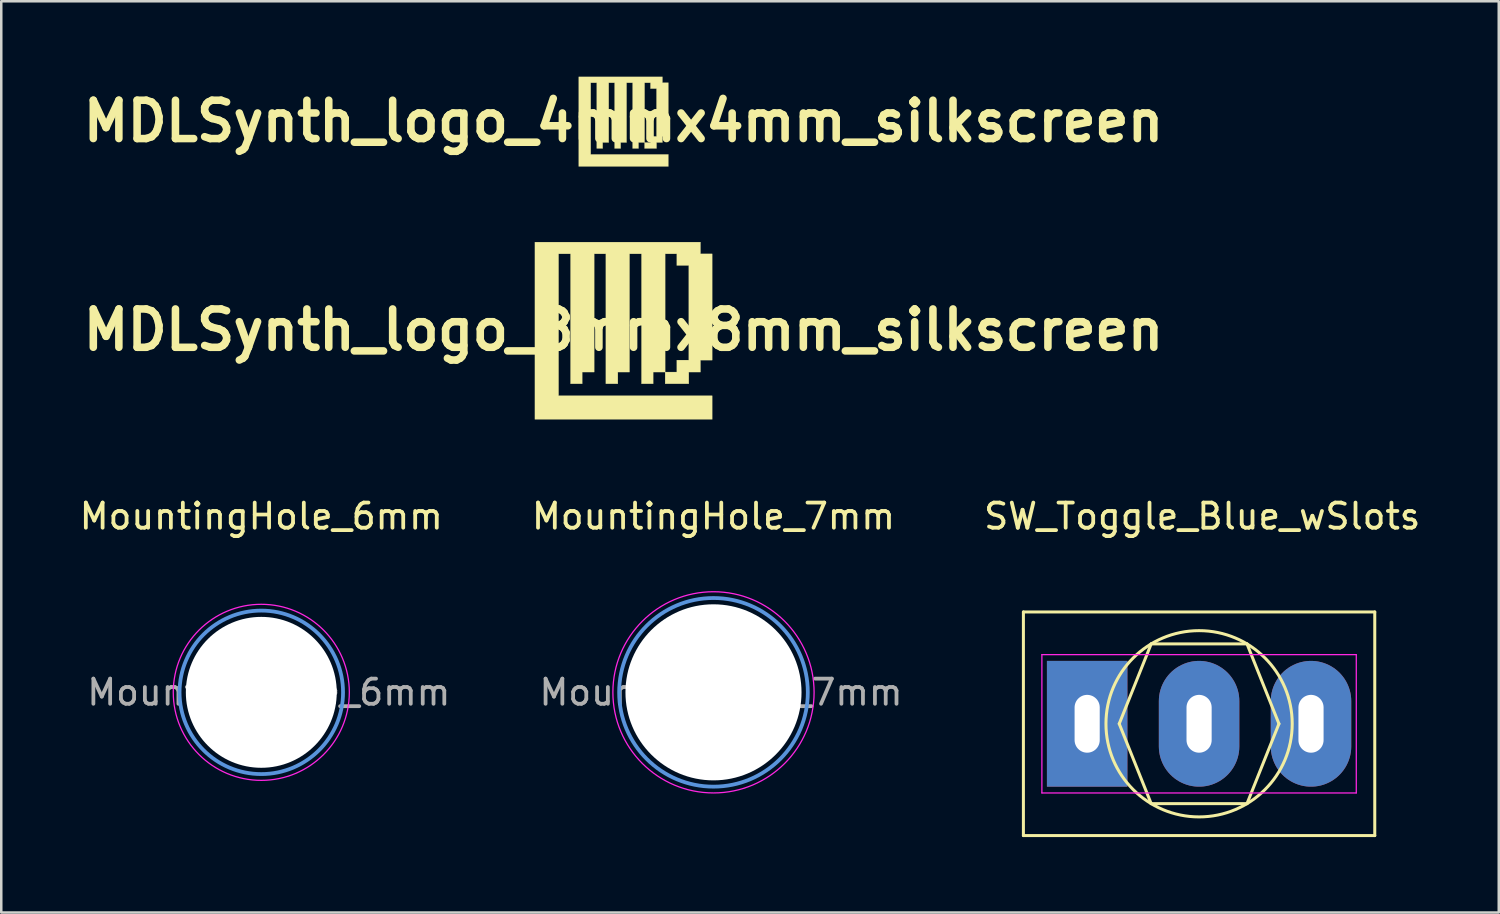
<source format=kicad_pcb>
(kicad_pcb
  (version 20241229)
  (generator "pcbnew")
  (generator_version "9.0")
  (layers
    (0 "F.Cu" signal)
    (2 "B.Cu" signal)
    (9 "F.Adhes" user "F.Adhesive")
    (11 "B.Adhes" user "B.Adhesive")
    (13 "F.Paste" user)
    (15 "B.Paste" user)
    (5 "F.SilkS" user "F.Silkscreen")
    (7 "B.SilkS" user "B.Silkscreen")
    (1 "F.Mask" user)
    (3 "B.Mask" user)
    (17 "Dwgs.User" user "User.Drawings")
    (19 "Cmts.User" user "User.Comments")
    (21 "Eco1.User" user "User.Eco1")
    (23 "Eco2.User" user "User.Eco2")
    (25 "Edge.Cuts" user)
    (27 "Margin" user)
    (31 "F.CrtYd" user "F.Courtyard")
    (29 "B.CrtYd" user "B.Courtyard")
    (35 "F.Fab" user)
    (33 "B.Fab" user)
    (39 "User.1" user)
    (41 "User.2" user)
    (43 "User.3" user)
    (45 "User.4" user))
  (footprint "MDLSynth_logo_4mmx4mm_silkscreen"
    (layer "F.Cu")
    (at 21.742 1.769)
    (property "Reference" "MDLSynth_logo_4mmx4mm_silkscreen" (at 0 0 0) (layer "F.SilkS") (effects (font (size 1.524 1.524) (thickness 0.3))))
    (attr through_hole)
    (fp_poly (pts (xy 1.546 -1.529) (xy 1.781 -1.529) (xy 1.781 0.606) (xy 1.546 0.606) (xy 1.546 0.847) (xy 1.311 0.847) (xy 1.311 1.082) (xy 0.836 1.082) (xy 0.836 0.847) (xy 0.595 0.847) (xy 0.595 1.082) (xy 0.361 1.082) (xy 0.361 -1.529) (xy 0.836 -1.529) (xy 0.836 0.847) (xy 1.071 0.847) (xy 1.071 0.606) (xy 1.311 0.606) (xy 1.311 -1.295) (xy 1.071 -1.295) (xy 1.071 -1.529) (xy 0.836 -1.529) (xy 0.361 -1.529) (xy 0.12 -1.529) (xy 0.12 0.847) (xy -0.115 0.847) (xy -0.115 1.082) (xy -0.355 1.082) (xy -0.355 -1.529) (xy -0.59 -1.529) (xy -0.59 0.847) (xy -0.83 0.847) (xy -0.83 1.082) (xy -1.065 1.082) (xy -1.065 -1.529) (xy -1.306 -1.529) (xy -1.306 1.322) (xy 1.781 1.322) (xy 1.781 1.797) (xy -1.781 1.797) (xy -1.781 -1.764) (xy 1.546 -1.764) (xy 1.546 -1.529)) (stroke (width 0.01) (type solid)) (fill yes) (layer "F.SilkS")))
  (footprint "SW_Toggle_Blue_wSlots"
    (layer "F.Cu")
    (at 44.625 25.727)
    (property "Reference" "SW_Toggle_Blue_wSlots" (at 0.124 -8.25 0) (layer "F.SilkS") (effects (font (size 1 1) (thickness 0.15))))
    (attr through_hole)
    (fp_line (start -6.985 -4.445) (end 6.985 -4.445) (stroke (width 0.12) (type solid)) (layer "F.SilkS"))
    (fp_line (start -6.985 4.445) (end -6.985 -4.445) (stroke (width 0.12) (type solid)) (layer "F.SilkS"))
    (fp_line (start -3.175 0) (end -1.905 -3.175) (stroke (width 0.12) (type solid)) (layer "F.SilkS"))
    (fp_line (start -1.905 -3.175) (end 1.905 -3.175) (stroke (width 0.12) (type solid)) (layer "F.SilkS"))
    (fp_line (start -1.905 3.175) (end -3.175 0) (stroke (width 0.12) (type solid)) (layer "F.SilkS"))
    (fp_line (start 1.905 -3.175) (end 3.175 0) (stroke (width 0.12) (type solid)) (layer "F.SilkS"))
    (fp_line (start 1.905 3.175) (end -1.905 3.175) (stroke (width 0.12) (type solid)) (layer "F.SilkS"))
    (fp_line (start 3.175 0) (end 1.905 3.175) (stroke (width 0.12) (type solid)) (layer "F.SilkS"))
    (fp_line (start 6.985 -4.445) (end 6.985 4.445) (stroke (width 0.12) (type solid)) (layer "F.SilkS"))
    (fp_line (start 6.985 4.445) (end -6.985 4.445) (stroke (width 0.12) (type solid)) (layer "F.SilkS"))
    (fp_circle (center 0 0) (end 1.905 3.175) (stroke (width 0.12) (type solid)) (fill no) (layer "F.SilkS"))
    (fp_line (start -4.902 -1.422) (end -4.013 -1.422) (stroke (width 0.12) (type solid)) (layer "Eco2.User"))
    (fp_line (start -4.902 1.372) (end -4.902 -1.422) (stroke (width 0.12) (type solid)) (layer "Eco2.User"))
    (fp_line (start -4.013 -1.422) (end -4.013 1.372) (stroke (width 0.12) (type solid)) (layer "Eco2.User"))
    (fp_line (start -4.013 1.372) (end -4.902 1.372) (stroke (width 0.12) (type solid)) (layer "Eco2.User"))
    (fp_line (start -0.457 -1.422) (end 0.432 -1.422) (stroke (width 0.12) (type solid)) (layer "Eco2.User"))
    (fp_line (start -0.457 1.372) (end -0.457 -1.422) (stroke (width 0.12) (type solid)) (layer "Eco2.User"))
    (fp_line (start 0.432 -1.422) (end 0.432 1.372) (stroke (width 0.12) (type solid)) (layer "Eco2.User"))
    (fp_line (start 0.432 1.372) (end -0.457 1.372) (stroke (width 0.12) (type solid)) (layer "Eco2.User"))
    (fp_line (start 4.013 -1.422) (end 4.877 -1.422) (stroke (width 0.12) (type solid)) (layer "Eco2.User"))
    (fp_line (start 4.013 1.372) (end 4.013 -1.422) (stroke (width 0.12) (type solid)) (layer "Eco2.User"))
    (fp_line (start 4.877 -1.422) (end 4.902 1.372) (stroke (width 0.12) (type solid)) (layer "Eco2.User"))
    (fp_line (start 4.902 1.372) (end 4.013 1.372) (stroke (width 0.12) (type solid)) (layer "Eco2.User"))
    (fp_line (start -6.25 -2.75) (end 6.25 -2.75) (stroke (width 0.05) (type solid)) (layer "F.CrtYd"))
    (fp_line (start -6.25 2.75) (end -6.25 -2.75) (stroke (width 0.05) (type solid)) (layer "F.CrtYd"))
    (fp_line (start 6.25 -2.75) (end 6.25 2.75) (stroke (width 0.05) (type solid)) (layer "F.CrtYd"))
    (fp_line (start 6.25 2.75) (end -6.25 2.75) (stroke (width 0.05) (type solid)) (layer "F.CrtYd"))
    (pad "1" thru_hole rect (at -4.45 0) (size 3.2 5) (drill oval 1 2.3) (layers "*.Cu" "*.Mask"))
    (pad "2" thru_hole oval (at 0 0) (size 3.2 5) (drill oval 1 2.3) (layers "*.Cu" "*.Mask"))
    (pad "3" thru_hole oval (at 4.45 0) (size 3.2 5) (drill oval 1 2.3) (layers "*.Cu" "*.Mask")))
  (footprint "MountingHole_7mm"
    (layer "F.Cu")
    (at 25.318 24.477)
    (property "Reference" "MountingHole_7mm" (at 0 -7 0) (layer "F.SilkS") (effects (font (size 1 1) (thickness 0.15))))
    (attr exclude_from_pos_files exclude_from_bom)
    (fp_circle (center 0 0) (end 3.75 0) (stroke (width 0.15) (type solid)) (fill no) (layer "Cmts.User"))
    (fp_circle (center 0 0) (end 4 0) (stroke (width 0.05) (type solid)) (fill no) (layer "F.CrtYd"))
    (fp_text user "${REFERENCE}" (at 0.3 0 0) (layer "F.Fab") (effects (font (size 1 1) (thickness 0.15))))
    (pad "" np_thru_hole circle (at 0 0) (size 7 7) (drill 7) (layers "*.Cu" "*.Mask")))
  (footprint "MDLSynth_logo_8mmx8mm_silkscreen"
    (layer "F.Cu")
    (at 21.742 10.068)
    (property "Reference" "MDLSynth_logo_8mmx8mm_silkscreen" (at 0 0 0) (layer "F.SilkS") (effects (font (size 1.524 1.524) (thickness 0.3))))
    (attr through_hole)
    (fp_poly (pts (xy 3.059 -3.026) (xy 3.524 -3.026) (xy 3.524 1.2) (xy 3.059 1.2) (xy 3.059 1.675) (xy 2.594 1.675) (xy 2.594 2.14) (xy 1.654 2.14) (xy 1.654 1.675) (xy 1.178 1.675) (xy 1.178 2.14) (xy 0.713 2.14) (xy 0.713 -3.026) (xy 1.654 -3.026) (xy 1.654 1.675) (xy 2.118 1.675) (xy 2.118 1.2) (xy 2.594 1.2) (xy 2.594 -2.562) (xy 2.118 -2.562) (xy 2.118 -3.026) (xy 1.654 -3.026) (xy 0.713 -3.026) (xy 0.238 -3.026) (xy 0.238 1.675) (xy -0.227 1.675) (xy -0.227 2.14) (xy -0.703 2.14) (xy -0.703 -3.026) (xy -1.167 -3.026) (xy -1.167 1.675) (xy -1.643 1.675) (xy -1.643 2.14) (xy -2.108 2.14) (xy -2.108 -3.026) (xy -2.583 -3.026) (xy -2.583 2.616) (xy 3.524 2.616) (xy 3.524 3.556) (xy -3.524 3.556) (xy -3.524 -3.491) (xy 3.059 -3.491) (xy 3.059 -3.026)) (stroke (width 0.01) (type solid)) (fill yes) (layer "F.SilkS")))
  (footprint "MountingHole_6mm"
    (layer "F.Cu")
    (at 7.339 24.477)
    (property "Reference" "MountingHole_6mm" (at 0 -7 0) (layer "F.SilkS") (effects (font (size 1 1) (thickness 0.15))))
    (attr exclude_from_pos_files exclude_from_bom)
    (fp_circle (center 0 0) (end 3.25 0) (stroke (width 0.15) (type solid)) (fill no) (layer "Cmts.User"))
    (fp_circle (center 0 0) (end 3.5 0) (stroke (width 0.05) (type solid)) (fill no) (layer "F.CrtYd"))
    (fp_text user "${REFERENCE}" (at 0.3 0 0) (layer "F.Fab") (effects (font (size 1 1) (thickness 0.15))))
    (pad "" np_thru_hole circle (at 0 0) (size 6 6) (drill 6) (layers "*.Cu" "*.Mask")))
  (gr_rect
    (start -3 -3)
    (end 56.54 33.232)
    (stroke (width 0.1) (type default))
    (fill no)
    (layer "Edge.Cuts")))
</source>
